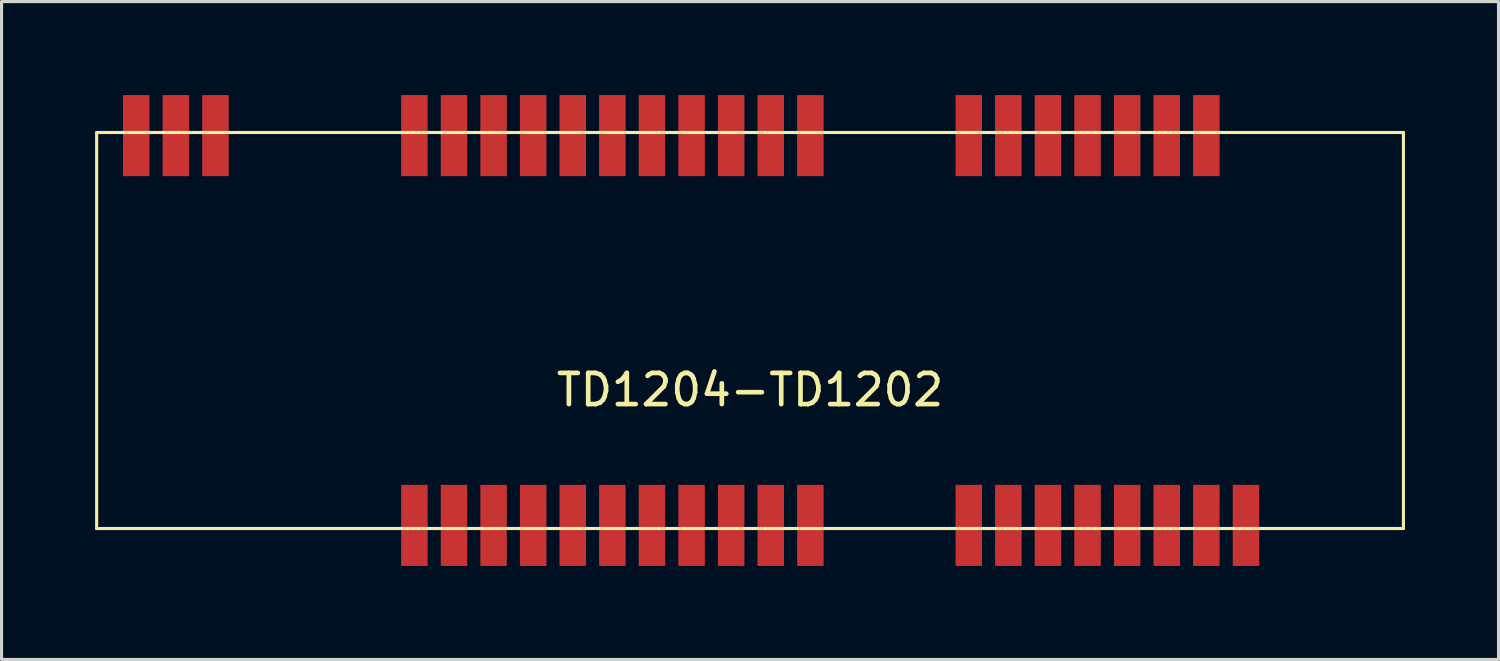
<source format=kicad_pcb>
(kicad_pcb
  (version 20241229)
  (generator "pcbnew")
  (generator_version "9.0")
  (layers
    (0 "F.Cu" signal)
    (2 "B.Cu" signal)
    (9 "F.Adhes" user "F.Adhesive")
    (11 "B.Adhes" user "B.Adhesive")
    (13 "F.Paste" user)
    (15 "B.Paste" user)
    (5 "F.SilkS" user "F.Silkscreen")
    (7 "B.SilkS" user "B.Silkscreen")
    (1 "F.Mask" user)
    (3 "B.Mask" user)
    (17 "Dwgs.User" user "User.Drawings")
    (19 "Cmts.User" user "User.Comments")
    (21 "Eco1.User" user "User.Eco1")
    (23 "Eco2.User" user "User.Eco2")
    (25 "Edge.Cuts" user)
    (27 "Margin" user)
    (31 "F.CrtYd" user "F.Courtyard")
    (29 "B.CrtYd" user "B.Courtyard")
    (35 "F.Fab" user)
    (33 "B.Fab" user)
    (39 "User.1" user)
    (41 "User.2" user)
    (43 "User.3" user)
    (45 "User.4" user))
  (footprint "TD1204-TD1202"
    (layer "F.Cu")
    (at 21.005 7.55)
    (property "Reference" "TD1204-TD1202" (at 0 1.905 0) (layer "F.SilkS") (effects (font (size 1 1) (thickness 0.15))))
    (attr through_hole)
    (fp_line (start -20.955 -6.35) (end 20.955 -6.35) (stroke (width 0.1) (type solid)) (layer "F.SilkS"))
    (fp_line (start -20.955 6.35) (end -20.955 -6.35) (stroke (width 0.1) (type solid)) (layer "F.SilkS"))
    (fp_line (start 20.955 -6.35) (end 20.955 6.35) (stroke (width 0.1) (type solid)) (layer "F.SilkS"))
    (fp_line (start 20.955 6.35) (end -20.955 6.35) (stroke (width 0.1) (type solid)) (layer "F.SilkS"))
    (pad "1" smd rect (at -10.765 6.25) (size 0.85 2.6) (layers "F.Cu" "F.Mask" "F.Paste"))
    (pad "2" smd rect (at -9.495 6.25) (size 0.85 2.6) (layers "F.Cu" "F.Mask" "F.Paste"))
    (pad "3" smd rect (at -8.225 6.25) (size 0.85 2.6) (layers "F.Cu" "F.Mask" "F.Paste"))
    (pad "4" smd rect (at -6.955 6.25) (size 0.85 2.6) (layers "F.Cu" "F.Mask" "F.Paste"))
    (pad "5" smd rect (at -5.685 6.25) (size 0.85 2.6) (layers "F.Cu" "F.Mask" "F.Paste"))
    (pad "6" smd rect (at -4.415 6.25) (size 0.85 2.6) (layers "F.Cu" "F.Mask" "F.Paste"))
    (pad "7" smd rect (at -3.145 6.25) (size 0.85 2.6) (layers "F.Cu" "F.Mask" "F.Paste"))
    (pad "8" smd rect (at -1.875 6.25) (size 0.85 2.6) (layers "F.Cu" "F.Mask" "F.Paste"))
    (pad "9" smd rect (at -0.605 6.25) (size 0.85 2.6) (layers "F.Cu" "F.Mask" "F.Paste"))
    (pad "10" smd rect (at 0.665 6.25) (size 0.85 2.6) (layers "F.Cu" "F.Mask" "F.Paste"))
    (pad "11" smd rect (at 1.935 6.25) (size 0.85 2.6) (layers "F.Cu" "F.Mask" "F.Paste"))
    (pad "12" smd rect (at 7.015 6.25) (size 0.85 2.6) (layers "F.Cu" "F.Mask" "F.Paste"))
    (pad "13" smd rect (at 8.285 6.25) (size 0.85 2.6) (layers "F.Cu" "F.Mask" "F.Paste"))
    (pad "14" smd rect (at 9.555 6.25) (size 0.85 2.6) (layers "F.Cu" "F.Mask" "F.Paste"))
    (pad "15" smd rect (at 10.825 6.25) (size 0.85 2.6) (layers "F.Cu" "F.Mask" "F.Paste"))
    (pad "16" smd rect (at 12.095 6.25) (size 0.85 2.6) (layers "F.Cu" "F.Mask" "F.Paste"))
    (pad "17" smd rect (at 13.365 6.25) (size 0.85 2.6) (layers "F.Cu" "F.Mask" "F.Paste"))
    (pad "18" smd rect (at 14.635 6.25) (size 0.85 2.6) (layers "F.Cu" "F.Mask" "F.Paste"))
    (pad "19" smd rect (at 15.905 6.25) (size 0.85 2.6) (layers "F.Cu" "F.Mask" "F.Paste"))
    (pad "20" smd rect (at 14.635 -6.25) (size 0.85 2.6) (layers "F.Cu" "F.Mask" "F.Paste"))
    (pad "21" smd rect (at 13.365 -6.25) (size 0.85 2.6) (layers "F.Cu" "F.Mask" "F.Paste"))
    (pad "22" smd rect (at 12.095 -6.25) (size 0.85 2.6) (layers "F.Cu" "F.Mask" "F.Paste"))
    (pad "23" smd rect (at 10.825 -6.25) (size 0.85 2.6) (layers "F.Cu" "F.Mask" "F.Paste"))
    (pad "24" smd rect (at 9.555 -6.25) (size 0.85 2.6) (layers "F.Cu" "F.Mask" "F.Paste"))
    (pad "25" smd rect (at 8.285 -6.25) (size 0.85 2.6) (layers "F.Cu" "F.Mask" "F.Paste"))
    (pad "26" smd rect (at 7.015 -6.25) (size 0.85 2.6) (layers "F.Cu" "F.Mask" "F.Paste"))
    (pad "27" smd rect (at 1.935 -6.25) (size 0.85 2.6) (layers "F.Cu" "F.Mask" "F.Paste"))
    (pad "28" smd rect (at 0.665 -6.25) (size 0.85 2.6) (layers "F.Cu" "F.Mask" "F.Paste"))
    (pad "29" smd rect (at -0.605 -6.25) (size 0.85 2.6) (layers "F.Cu" "F.Mask" "F.Paste"))
    (pad "30" smd rect (at -1.875 -6.25) (size 0.85 2.6) (layers "F.Cu" "F.Mask" "F.Paste"))
    (pad "31" smd rect (at -3.145 -6.25) (size 0.85 2.6) (layers "F.Cu" "F.Mask" "F.Paste"))
    (pad "32" smd rect (at -4.415 -6.25) (size 0.85 2.6) (layers "F.Cu" "F.Mask" "F.Paste"))
    (pad "33" smd rect (at -5.685 -6.25) (size 0.85 2.6) (layers "F.Cu" "F.Mask" "F.Paste"))
    (pad "34" smd rect (at -6.955 -6.25) (size 0.85 2.6) (layers "F.Cu" "F.Mask" "F.Paste"))
    (pad "35" smd rect (at -8.225 -6.25) (size 0.85 2.6) (layers "F.Cu" "F.Mask" "F.Paste"))
    (pad "36" smd rect (at -9.495 -6.25) (size 0.85 2.6) (layers "F.Cu" "F.Mask" "F.Paste"))
    (pad "37" smd rect (at -10.765 -6.25) (size 0.85 2.6) (layers "F.Cu" "F.Mask" "F.Paste"))
    (pad "38" smd rect (at -17.145 -6.25) (size 0.85 2.6) (layers "F.Cu" "F.Mask" "F.Paste"))
    (pad "39" smd rect (at -18.415 -6.25) (size 0.85 2.6) (layers "F.Cu" "F.Mask" "F.Paste"))
    (pad "40" smd rect (at -19.685 -6.25) (size 0.85 2.6) (layers "F.Cu" "F.Mask" "F.Paste")))
  (gr_rect
    (start -3 -3)
    (end 45.01 18.1)
    (stroke (width 0.1) (type default))
    (fill no)
    (layer "Edge.Cuts")))
</source>
